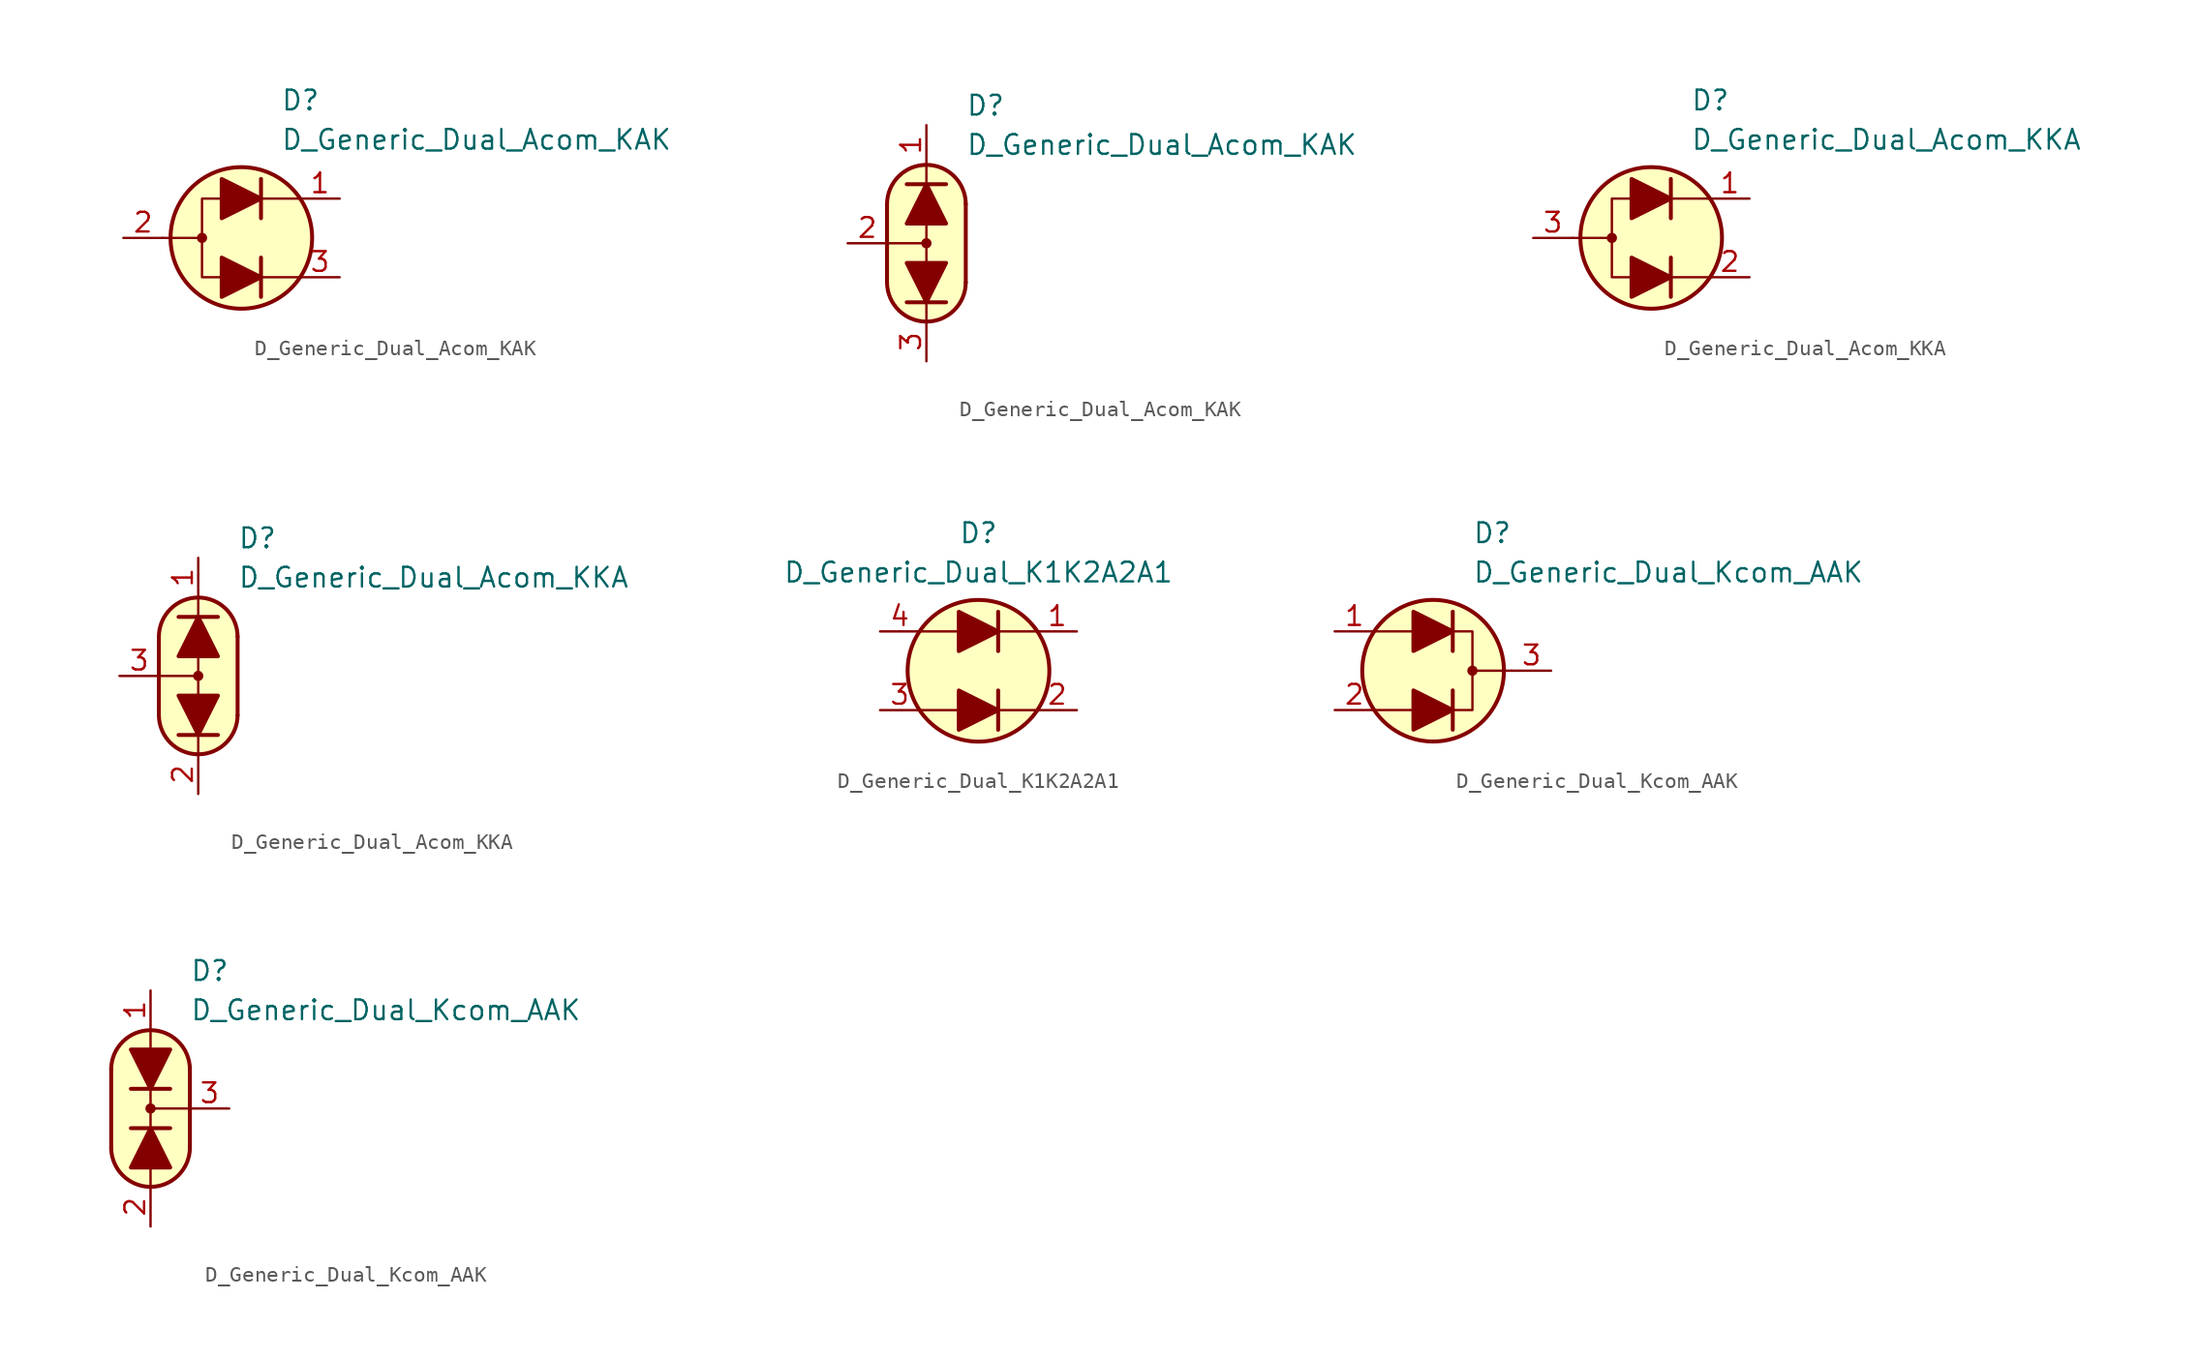
<source format=kicad_sym>
(kicad_symbol_lib
  (version 20231120)
  (generator "kicad_symbol_editor")
  (generator_version "8.0")
  (symbol "D_Generic_Dual_Acom_KAK"
    (pin_names
      (offset 1.016) hide)
    (property "Reference" "D"
      (at 2.54 8.89 0)
      (effects (font (size 1.27 1.27)) (justify left)))
    (property "Value" "D_Generic_Dual_Acom_KAK"
      (at 2.54 6.35 0)
      (effects (font (size 1.27 1.27)) (justify left)))
    (symbol "D_Generic_Dual_Acom_KAK_0_1"
      (circle (center -2.54 0) (radius 0.254) (stroke (width 0) (type default)) (fill (type outline)))
      (polyline (pts (xy -5.08 0) (xy -2.54 0)) (stroke (width 0) (type default)) (fill (type none)))
      (polyline (pts (xy 1.27 -2.54) (xy 3.81 -2.54)) (stroke (width 0) (type default)) (fill (type none)))
      (polyline (pts (xy 1.27 -1.27) (xy 1.27 -3.81)) (stroke (width 0.254) (type default)) (fill (type none)))
      (polyline (pts (xy 1.27 2.54) (xy 3.81 2.54)) (stroke (width 0) (type default)) (fill (type none)))
      (polyline (pts (xy 1.27 3.81) (xy 1.27 1.27)) (stroke (width 0.254) (type default)) (fill (type none)))
      (polyline (pts (xy -1.27 -2.54) (xy -2.54 -2.54) (xy -2.54 2.54) (xy -1.27 2.54)) (stroke (width 0) (type default)) (fill (type none)))
      (circle (center 0 0) (radius 4.572) (stroke (width 0.254) (type default)) (fill (type background))))
    (symbol "D_Generic_Dual_Acom_KAK_0_2"
      (arc (start -2.54 -2.54) (mid 0 -5.0576) (end 2.54 -2.54) (stroke (width 0.254) (type default)) (fill (type none)))
      (polyline (pts (xy -2.54 0) (xy 0 0)) (stroke (width 0) (type default)) (fill (type none)))
      (polyline (pts (xy -2.54 2.54) (xy -2.54 -2.54)) (stroke (width 0.254) (type default)) (fill (type none)))
      (polyline (pts (xy -1.27 3.81) (xy 1.27 3.81)) (stroke (width 0.254) (type default)) (fill (type none)))
      (polyline (pts (xy 0 -5.08) (xy 0 -3.81)) (stroke (width 0) (type default)) (fill (type none)))
      (polyline (pts (xy 0 1.27) (xy 0 -1.27)) (stroke (width 0) (type default)) (fill (type none)))
      (polyline (pts (xy 0 5.08) (xy 0 3.81)) (stroke (width 0) (type default)) (fill (type none)))
      (polyline (pts (xy 1.27 -3.81) (xy -1.27 -3.81)) (stroke (width 0.254) (type default)) (fill (type none)))
      (polyline (pts (xy 2.54 -2.54) (xy 2.54 2.54)) (stroke (width 0.254) (type default)) (fill (type none)))
      (polyline (pts (xy 0 -5.08) (xy -1.016 -4.826) (xy -1.778 -4.318) (xy -2.286 -3.556) (xy -2.54 -3.048) (xy -2.54 2.794) (xy -2.286 3.556) (xy -1.778 4.318) (xy -1.016 4.826) (xy -0.254 5.08) (xy 0.254 5.08) (xy 1.016 4.826) (xy 1.524 4.572) (xy 2.032 4.064) (xy 2.286 3.556) (xy 2.54 2.794) (xy 2.54 -2.794) (xy 2.286 -3.556) (xy 2.032 -4.064) (xy 1.524 -4.572) (xy 1.016 -4.826) (xy 0 -5.08)) (stroke (width 0.01) (type default)) (fill (type background)))
      (circle (center 0 0) (radius 0.254) (stroke (width 0) (type default)) (fill (type outline)))
      (arc (start 2.54 2.54) (mid 0 5.0576) (end -2.54 2.54) (stroke (width 0.254) (type default)) (fill (type none))))
    (symbol "D_Generic_Dual_Acom_KAK_1_1"
      (polyline (pts (xy -1.27 -2.54) (xy 1.27 -2.54)) (stroke (width 0) (type default)) (fill (type none)))
      (polyline (pts (xy -1.27 2.54) (xy 1.27 2.54)) (stroke (width 0) (type default)) (fill (type none)))
      (polyline (pts (xy -1.27 -1.27) (xy -1.27 -3.81) (xy 1.27 -2.54) (xy -1.27 -1.27)) (stroke (width 0.254) (type default)) (fill (type outline)))
      (polyline (pts (xy -1.27 3.81) (xy -1.27 1.27) (xy 1.27 2.54) (xy -1.27 3.81)) (stroke (width 0.254) (type default)) (fill (type outline)))
      (pin passive line (at 6.35 2.54 180) (length 2.54) (name "K1" (effects (font (size 1.27 1.27)))) (number "1" (effects (font (size 1.27 1.27)))))
      (pin passive line (at -7.62 0 0) (length 2.54) (name "A" (effects (font (size 1.27 1.27)))) (number "2" (effects (font (size 1.27 1.27)))))
      (pin passive line (at 6.35 -2.54 180) (length 2.54) (name "K2" (effects (font (size 1.27 1.27)))) (number "3" (effects (font (size 1.27 1.27))))))
    (symbol "D_Generic_Dual_Acom_KAK_1_2"
      (polyline (pts (xy -1.27 1.27) (xy 1.27 1.27) (xy 0 3.81) (xy -1.27 1.27)) (stroke (width 0.254) (type default)) (fill (type outline)))
      (polyline (pts (xy 1.27 -1.27) (xy -1.27 -1.27) (xy 0 -3.81) (xy 1.27 -1.27)) (stroke (width 0.254) (type default)) (fill (type outline)))
      (pin passive line (at 0 7.62 270) (length 2.54) (name "K1" (effects (font (size 1.27 1.27)))) (number "1" (effects (font (size 1.27 1.27)))))
      (pin passive line (at -5.08 0 0) (length 2.54) (name "A" (effects (font (size 1.27 1.27)))) (number "2" (effects (font (size 1.27 1.27)))))
      (pin passive line (at 0 -7.62 90) (length 2.54) (name "K2" (effects (font (size 1.27 1.27)))) (number "3" (effects (font (size 1.27 1.27)))))))
  (symbol "D_Generic_Dual_Acom_KKA"
    (pin_names
      (offset 1.016) hide)
    (property "Reference" "D"
      (at 2.54 8.89 0)
      (effects (font (size 1.27 1.27)) (justify left)))
    (property "Value" "D_Generic_Dual_Acom_KKA"
      (at 2.54 6.35 0)
      (effects (font (size 1.27 1.27)) (justify left)))
    (symbol "D_Generic_Dual_Acom_KKA_0_1"
      (circle (center -2.54 0) (radius 0.254) (stroke (width 0) (type default)) (fill (type outline)))
      (polyline (pts (xy -5.08 0) (xy -2.54 0)) (stroke (width 0) (type default)) (fill (type none)))
      (polyline (pts (xy 1.27 -2.54) (xy 3.81 -2.54)) (stroke (width 0) (type default)) (fill (type none)))
      (polyline (pts (xy 1.27 -1.27) (xy 1.27 -3.81)) (stroke (width 0.254) (type default)) (fill (type none)))
      (polyline (pts (xy 1.27 2.54) (xy 3.81 2.54)) (stroke (width 0) (type default)) (fill (type none)))
      (polyline (pts (xy 1.27 3.81) (xy 1.27 1.27)) (stroke (width 0.254) (type default)) (fill (type none)))
      (polyline (pts (xy -1.27 -2.54) (xy -2.54 -2.54) (xy -2.54 2.54) (xy -1.27 2.54)) (stroke (width 0) (type default)) (fill (type none)))
      (circle (center 0 0) (radius 4.572) (stroke (width 0.254) (type default)) (fill (type background))))
    (symbol "D_Generic_Dual_Acom_KKA_0_2"
      (arc (start -2.54 -2.54) (mid 0 -5.0576) (end 2.54 -2.54) (stroke (width 0.254) (type default)) (fill (type none)))
      (polyline (pts (xy -2.54 0) (xy 0 0)) (stroke (width 0) (type default)) (fill (type none)))
      (polyline (pts (xy -2.54 2.54) (xy -2.54 -2.54)) (stroke (width 0.254) (type default)) (fill (type none)))
      (polyline (pts (xy -1.27 3.81) (xy 1.27 3.81)) (stroke (width 0.254) (type default)) (fill (type none)))
      (polyline (pts (xy 0 -5.08) (xy 0 -3.81)) (stroke (width 0) (type default)) (fill (type none)))
      (polyline (pts (xy 0 1.27) (xy 0 -1.27)) (stroke (width 0) (type default)) (fill (type none)))
      (polyline (pts (xy 0 5.08) (xy 0 3.81)) (stroke (width 0) (type default)) (fill (type none)))
      (polyline (pts (xy 1.27 -3.81) (xy -1.27 -3.81)) (stroke (width 0.254) (type default)) (fill (type none)))
      (polyline (pts (xy 2.54 -2.54) (xy 2.54 2.54)) (stroke (width 0.254) (type default)) (fill (type none)))
      (polyline (pts (xy 0 -5.08) (xy -1.016 -4.826) (xy -1.778 -4.318) (xy -2.286 -3.556) (xy -2.54 -3.048) (xy -2.54 2.794) (xy -2.286 3.556) (xy -1.778 4.318) (xy -1.016 4.826) (xy -0.254 5.08) (xy 0.254 5.08) (xy 1.016 4.826) (xy 1.524 4.572) (xy 2.032 4.064) (xy 2.286 3.556) (xy 2.54 2.794) (xy 2.54 -2.794) (xy 2.286 -3.556) (xy 2.032 -4.064) (xy 1.524 -4.572) (xy 1.016 -4.826) (xy 0 -5.08)) (stroke (width 0.01) (type default)) (fill (type background)))
      (circle (center 0 0) (radius 0.254) (stroke (width 0) (type default)) (fill (type outline)))
      (arc (start 2.54 2.54) (mid 0 5.0576) (end -2.54 2.54) (stroke (width 0.254) (type default)) (fill (type none))))
    (symbol "D_Generic_Dual_Acom_KKA_1_1"
      (polyline (pts (xy -1.27 -2.54) (xy 1.27 -2.54)) (stroke (width 0) (type default)) (fill (type none)))
      (polyline (pts (xy -1.27 2.54) (xy 1.27 2.54)) (stroke (width 0) (type default)) (fill (type none)))
      (polyline (pts (xy -1.27 -1.27) (xy -1.27 -3.81) (xy 1.27 -2.54) (xy -1.27 -1.27)) (stroke (width 0.254) (type default)) (fill (type outline)))
      (polyline (pts (xy -1.27 3.81) (xy -1.27 1.27) (xy 1.27 2.54) (xy -1.27 3.81)) (stroke (width 0.254) (type default)) (fill (type outline)))
      (pin passive line (at 6.35 2.54 180) (length 2.54) (name "K1" (effects (font (size 1.27 1.27)))) (number "1" (effects (font (size 1.27 1.27)))))
      (pin passive line (at 6.35 -2.54 180) (length 2.54) (name "K2" (effects (font (size 1.27 1.27)))) (number "2" (effects (font (size 1.27 1.27)))))
      (pin passive line (at -7.62 0 0) (length 2.54) (name "A" (effects (font (size 1.27 1.27)))) (number "3" (effects (font (size 1.27 1.27))))))
    (symbol "D_Generic_Dual_Acom_KKA_1_2"
      (polyline (pts (xy -1.27 1.27) (xy 1.27 1.27) (xy 0 3.81) (xy -1.27 1.27)) (stroke (width 0.254) (type default)) (fill (type outline)))
      (polyline (pts (xy 1.27 -1.27) (xy -1.27 -1.27) (xy 0 -3.81) (xy 1.27 -1.27)) (stroke (width 0.254) (type default)) (fill (type outline)))
      (pin passive line (at 0 7.62 270) (length 2.54) (name "K1" (effects (font (size 1.27 1.27)))) (number "1" (effects (font (size 1.27 1.27)))))
      (pin passive line (at 0 -7.62 90) (length 2.54) (name "K2" (effects (font (size 1.27 1.27)))) (number "2" (effects (font (size 1.27 1.27)))))
      (pin passive line (at -5.08 0 0) (length 2.54) (name "A" (effects (font (size 1.27 1.27)))) (number "3" (effects (font (size 1.27 1.27)))))))
  (symbol "D_Generic_Dual_K1K2A2A1"
    (pin_names
      (offset 1.016) hide)
    (property "Reference" "D"
      (at 0 8.89 0)
      (effects (font (size 1.27 1.27))))
    (property "Value" "D_Generic_Dual_K1K2A2A1"
      (at 0 6.35 0)
      (effects (font (size 1.27 1.27))))
    (symbol "D_Generic_Dual_K1K2A2A1_0_1"
      (polyline (pts (xy -3.81 -2.54) (xy -1.27 -2.54)) (stroke (width 0) (type default)) (fill (type none)))
      (polyline (pts (xy -3.81 2.54) (xy -1.27 2.54)) (stroke (width 0) (type default)) (fill (type none)))
      (polyline (pts (xy 1.27 -2.54) (xy 3.81 -2.54)) (stroke (width 0) (type default)) (fill (type none)))
      (polyline (pts (xy 1.27 -1.27) (xy 1.27 -3.81)) (stroke (width 0.254) (type default)) (fill (type none)))
      (polyline (pts (xy 1.27 2.54) (xy 3.81 2.54)) (stroke (width 0) (type default)) (fill (type none)))
      (polyline (pts (xy 1.27 3.81) (xy 1.27 1.27)) (stroke (width 0.254) (type default)) (fill (type none)))
      (circle (center 0 0) (radius 4.572) (stroke (width 0.254) (type default)) (fill (type background))))
    (symbol "D_Generic_Dual_K1K2A2A1_1_1"
      (polyline (pts (xy -1.27 -2.54) (xy 1.27 -2.54)) (stroke (width 0) (type default)) (fill (type none)))
      (polyline (pts (xy -1.27 2.54) (xy 1.27 2.54)) (stroke (width 0) (type default)) (fill (type none)))
      (polyline (pts (xy -1.27 -1.27) (xy -1.27 -3.81) (xy 1.27 -2.54) (xy -1.27 -1.27)) (stroke (width 0.254) (type default)) (fill (type outline)))
      (polyline (pts (xy -1.27 3.81) (xy -1.27 1.27) (xy 1.27 2.54) (xy -1.27 3.81)) (stroke (width 0.254) (type default)) (fill (type outline)))
      (pin passive line (at 6.35 2.54 180) (length 2.54) (name "K1" (effects (font (size 1.27 1.27)))) (number "1" (effects (font (size 1.27 1.27)))))
      (pin passive line (at 6.35 -2.54 180) (length 2.54) (name "K2" (effects (font (size 1.27 1.27)))) (number "2" (effects (font (size 1.27 1.27)))))
      (pin passive line (at -6.35 -2.54 0) (length 2.54) (name "A2" (effects (font (size 1.27 1.27)))) (number "3" (effects (font (size 1.27 1.27)))))
      (pin passive line (at -6.35 2.54 0) (length 2.54) (name "A1" (effects (font (size 1.27 1.27)))) (number "4" (effects (font (size 1.27 1.27)))))))
  (symbol "D_Generic_Dual_Kcom_AAK"
    (pin_names
      (offset 1.016) hide)
    (property "Reference" "D"
      (at 2.54 8.89 0)
      (effects (font (size 1.27 1.27)) (justify left)))
    (property "Value" "D_Generic_Dual_Kcom_AAK"
      (at 2.54 6.35 0)
      (effects (font (size 1.27 1.27)) (justify left)))
    (symbol "D_Generic_Dual_Kcom_AAK_0_1"
      (polyline (pts (xy -1.27 -2.54) (xy -3.81 -2.54)) (stroke (width 0) (type default)) (fill (type none)))
      (polyline (pts (xy -1.27 2.54) (xy -3.81 2.54)) (stroke (width 0) (type default)) (fill (type none)))
      (polyline (pts (xy 1.27 -3.81) (xy 1.27 -1.27)) (stroke (width 0.254) (type default)) (fill (type none)))
      (polyline (pts (xy 1.27 1.27) (xy 1.27 3.81)) (stroke (width 0.254) (type default)) (fill (type none)))
      (polyline (pts (xy 5.08 0) (xy 2.54 0)) (stroke (width 0) (type default)) (fill (type none)))
      (polyline (pts (xy 1.27 -2.54) (xy 2.54 -2.54) (xy 2.54 2.54) (xy 1.27 2.54)) (stroke (width 0) (type default)) (fill (type none)))
      (circle (center 0 0) (radius 4.572) (stroke (width 0.254) (type default)) (fill (type background)))
      (circle (center 2.54 0) (radius 0.254) (stroke (width 0) (type default)) (fill (type outline))))
    (symbol "D_Generic_Dual_Kcom_AAK_0_2"
      (arc (start -2.54 -2.54) (mid 0 -5.0576) (end 2.54 -2.54) (stroke (width 0.254) (type default)) (fill (type none)))
      (polyline (pts (xy -2.54 2.54) (xy -2.54 -2.54)) (stroke (width 0.254) (type default)) (fill (type none)))
      (polyline (pts (xy -1.27 -1.27) (xy 1.27 -1.27)) (stroke (width 0.254) (type default)) (fill (type none)))
      (polyline (pts (xy 0 -5.08) (xy 0 -3.81)) (stroke (width 0) (type default)) (fill (type none)))
      (polyline (pts (xy 0 0) (xy 2.54 0)) (stroke (width 0) (type default)) (fill (type none)))
      (polyline (pts (xy 0 1.27) (xy 0 -1.27)) (stroke (width 0) (type default)) (fill (type none)))
      (polyline (pts (xy 0 5.08) (xy 0 3.81)) (stroke (width 0) (type default)) (fill (type none)))
      (polyline (pts (xy 1.27 1.27) (xy -1.27 1.27)) (stroke (width 0.254) (type default)) (fill (type none)))
      (polyline (pts (xy 2.54 -2.54) (xy 2.54 2.54)) (stroke (width 0.254) (type default)) (fill (type none)))
      (polyline (pts (xy 0 -5.08) (xy -1.016 -4.826) (xy -1.778 -4.318) (xy -2.286 -3.556) (xy -2.54 -3.048) (xy -2.54 2.794) (xy -2.286 3.556) (xy -1.778 4.318) (xy -1.016 4.826) (xy -0.254 5.08) (xy 0.254 5.08) (xy 1.016 4.826) (xy 1.524 4.572) (xy 2.032 4.064) (xy 2.286 3.556) (xy 2.54 2.794) (xy 2.54 -2.794) (xy 2.286 -3.556) (xy 2.032 -4.064) (xy 1.524 -4.572) (xy 1.016 -4.826) (xy 0 -5.08)) (stroke (width 0.01) (type default)) (fill (type background)))
      (circle (center 0 0) (radius 0.254) (stroke (width 0) (type default)) (fill (type outline)))
      (arc (start 2.54 2.54) (mid 0 5.0576) (end -2.54 2.54) (stroke (width 0.254) (type default)) (fill (type none))))
    (symbol "D_Generic_Dual_Kcom_AAK_1_1"
      (polyline (pts (xy -1.27 -2.54) (xy 1.27 -2.54)) (stroke (width 0) (type default)) (fill (type none)))
      (polyline (pts (xy -1.27 2.54) (xy 1.27 2.54)) (stroke (width 0) (type default)) (fill (type none)))
      (polyline (pts (xy -1.27 -3.81) (xy -1.27 -1.27) (xy 1.27 -2.54) (xy -1.27 -3.81)) (stroke (width 0.254) (type default)) (fill (type outline)))
      (polyline (pts (xy -1.27 1.27) (xy -1.27 3.81) (xy 1.27 2.54) (xy -1.27 1.27)) (stroke (width 0.254) (type default)) (fill (type outline)))
      (pin passive line (at -6.35 2.54 0) (length 2.54) (name "A2" (effects (font (size 1.27 1.27)))) (number "1" (effects (font (size 1.27 1.27)))))
      (pin passive line (at -6.35 -2.54 0) (length 2.54) (name "A1" (effects (font (size 1.27 1.27)))) (number "2" (effects (font (size 1.27 1.27)))))
      (pin passive line (at 7.62 0 180) (length 2.54) (name "K" (effects (font (size 1.27 1.27)))) (number "3" (effects (font (size 1.27 1.27))))))
    (symbol "D_Generic_Dual_Kcom_AAK_1_2"
      (polyline (pts (xy -1.27 -3.81) (xy 1.27 -3.81) (xy 0 -1.27) (xy -1.27 -3.81)) (stroke (width 0.254) (type default)) (fill (type outline)))
      (polyline (pts (xy 1.27 3.81) (xy -1.27 3.81) (xy 0 1.27) (xy 1.27 3.81)) (stroke (width 0.254) (type default)) (fill (type outline)))
      (pin passive line (at 0 7.62 270) (length 2.54) (name "A2" (effects (font (size 1.27 1.27)))) (number "1" (effects (font (size 1.27 1.27)))))
      (pin passive line (at 0 -7.62 90) (length 2.54) (name "A1" (effects (font (size 1.27 1.27)))) (number "2" (effects (font (size 1.27 1.27)))))
      (pin passive line (at 5.08 0 180) (length 2.54) (name "K" (effects (font (size 1.27 1.27)))) (number "3" (effects (font (size 1.27 1.27))))))))
</source>
